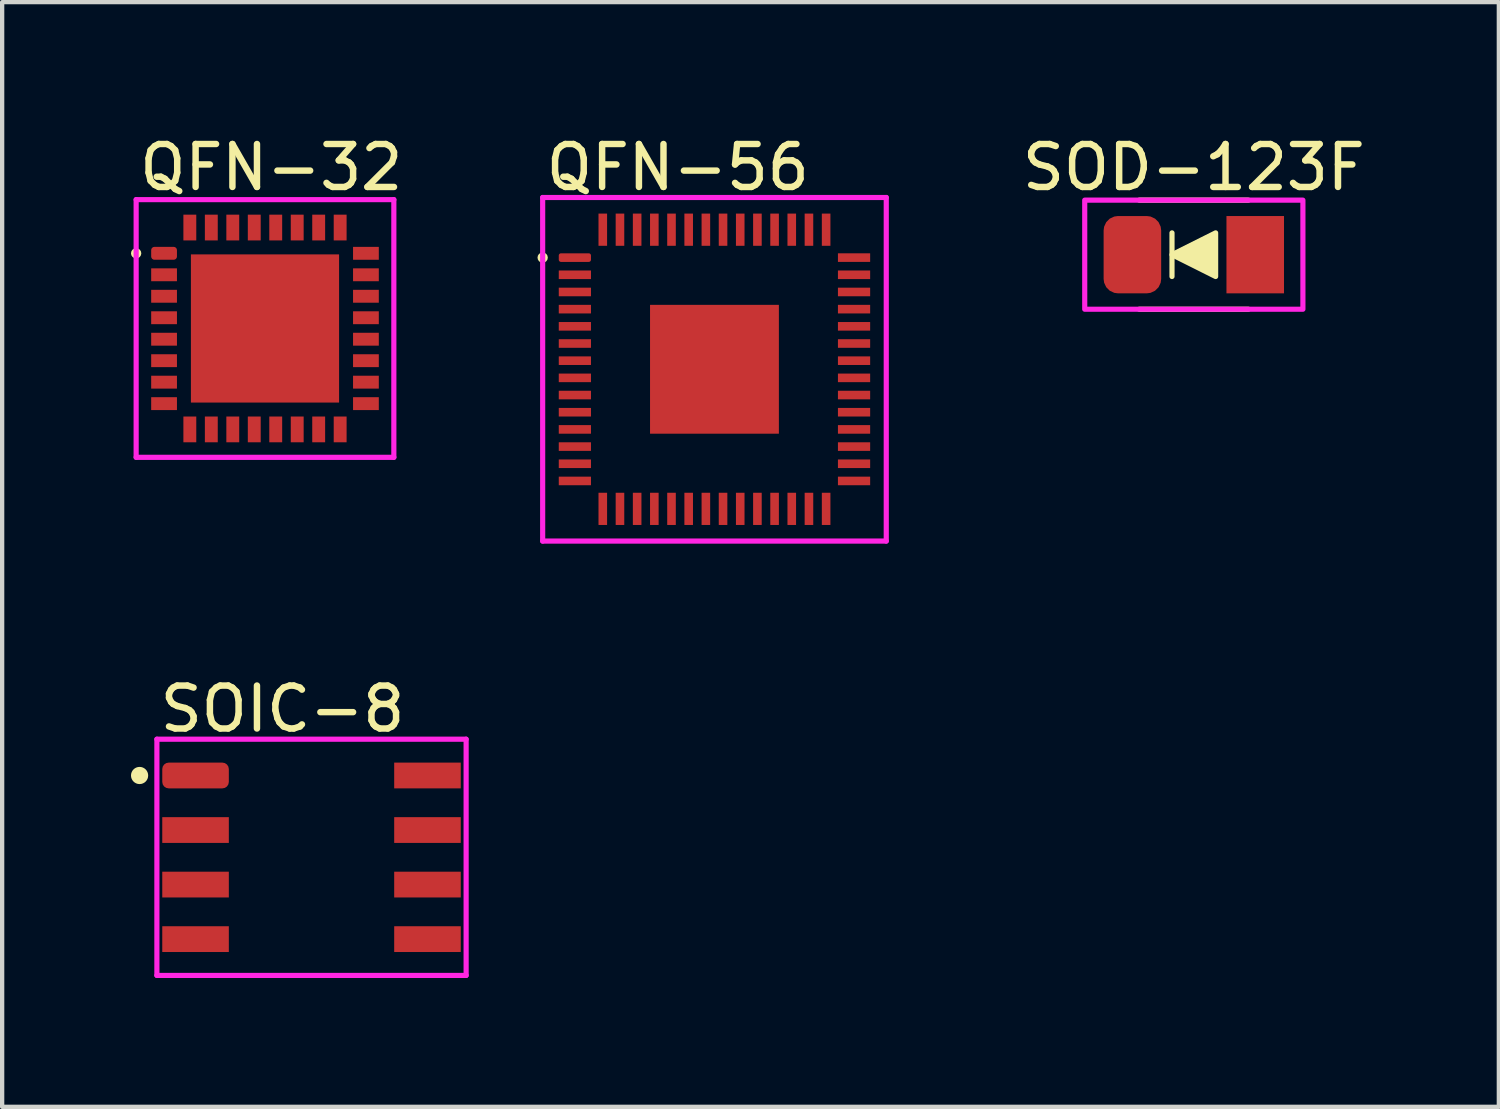
<source format=kicad_pcb>
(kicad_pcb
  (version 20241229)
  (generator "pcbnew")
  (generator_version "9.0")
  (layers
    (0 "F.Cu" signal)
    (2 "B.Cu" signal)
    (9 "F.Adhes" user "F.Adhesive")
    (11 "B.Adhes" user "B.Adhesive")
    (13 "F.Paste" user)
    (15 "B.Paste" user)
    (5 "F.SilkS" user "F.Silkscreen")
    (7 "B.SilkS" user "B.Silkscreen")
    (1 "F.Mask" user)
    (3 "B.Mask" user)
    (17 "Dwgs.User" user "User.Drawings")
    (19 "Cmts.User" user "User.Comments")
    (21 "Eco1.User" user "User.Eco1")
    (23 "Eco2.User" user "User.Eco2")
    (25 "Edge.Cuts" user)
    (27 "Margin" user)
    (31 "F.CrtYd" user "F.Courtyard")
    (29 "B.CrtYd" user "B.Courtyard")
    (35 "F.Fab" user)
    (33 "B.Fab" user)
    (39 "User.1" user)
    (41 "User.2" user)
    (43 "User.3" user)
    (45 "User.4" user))
  (footprint "SOD-123F"
    (layer "F.Cu")
    (at 24.746 2.88)
    (property "Reference" "SOD-123F" (at 0 -2.032 0) (unlocked yes) (layer "F.SilkS") (effects (font (size 1 1) (thickness 0.15))))
    (attr smd)
    (fp_line (start -0.508 -0.508) (end -0.508 0.508) (stroke (width 0.12) (type solid)) (layer "F.SilkS"))
    (fp_line (start 1.27 -1.27) (end -1.27 -1.27) (stroke (width 0.12) (type solid)) (layer "F.SilkS"))
    (fp_line (start 1.27 1.27) (end -1.27 1.27) (stroke (width 0.12) (type solid)) (layer "F.SilkS"))
    (fp_poly (pts (xy 0.508 0.508) (xy -0.508 0) (xy 0.508 -0.508)) (stroke (width 0.12) (type solid)) (fill yes) (layer "F.SilkS"))
    (fp_rect (start -2.54 -1.27) (end 2.54 1.27) (stroke (width 0.12) (type solid)) (fill no) (layer "F.CrtYd"))
    (pad "A" smd rect (at 1.43 0) (size 1.34 1.8) (layers "F.Cu" "F.Mask" "F.Paste"))
    (pad "C" smd roundrect (at -1.43 0) (size 1.34 1.8) (layers "F.Cu" "F.Mask" "F.Paste") (roundrect_rratio 0.25)))
  (footprint "QFN-56"
    (layer "F.Cu")
    (at 13.585 5.548)
    (property "Reference" "QFN-56" (at -4 -4.7 0) (layer "F.SilkS") (effects (font (size 1 1) (thickness 0.15)) (justify left)))
    (attr smd)
    (fp_circle (center -4 -2.6) (end -3.94 -2.6) (stroke (width 0.12) (type solid)) (fill no) (layer "F.SilkS"))
    (fp_line (start -4 -4) (end 4 -4) (stroke (width 0.12) (type solid)) (layer "F.CrtYd"))
    (fp_line (start -4 4) (end -4 -4) (stroke (width 0.12) (type solid)) (layer "F.CrtYd"))
    (fp_line (start 4 -4) (end 4 4) (stroke (width 0.12) (type solid)) (layer "F.CrtYd"))
    (fp_line (start 4 4) (end -4 4) (stroke (width 0.12) (type solid)) (layer "F.CrtYd"))
    (pad "1" smd roundrect (at -3.5 -2.6) (size 0.75 0.2) (drill (offset 0.25 0)) (layers "F.Cu" "F.Mask" "F.Paste") (roundrect_rratio 0.25))
    (pad "2" smd rect (at -3.5 -2.2) (size 0.75 0.2) (drill (offset 0.25 0)) (layers "F.Cu" "F.Mask" "F.Paste"))
    (pad "3" smd rect (at -3.5 -1.8) (size 0.75 0.2) (drill (offset 0.25 0)) (layers "F.Cu" "F.Mask" "F.Paste"))
    (pad "4" smd rect (at -3.5 -1.4) (size 0.75 0.2) (drill (offset 0.25 0)) (layers "F.Cu" "F.Mask" "F.Paste"))
    (pad "5" smd rect (at -3.5 -1) (size 0.75 0.2) (drill (offset 0.25 0)) (layers "F.Cu" "F.Mask" "F.Paste"))
    (pad "6" smd rect (at -3.5 -0.6) (size 0.75 0.2) (drill (offset 0.25 0)) (layers "F.Cu" "F.Mask" "F.Paste"))
    (pad "7" smd rect (at -3.5 -0.2) (size 0.75 0.2) (drill (offset 0.25 0)) (layers "F.Cu" "F.Mask" "F.Paste"))
    (pad "8" smd rect (at -3.5 0.2) (size 0.75 0.2) (drill (offset 0.25 0)) (layers "F.Cu" "F.Mask" "F.Paste"))
    (pad "9" smd rect (at -3.5 0.6) (size 0.75 0.2) (drill (offset 0.25 0)) (layers "F.Cu" "F.Mask" "F.Paste"))
    (pad "10" smd rect (at -3.5 1) (size 0.75 0.2) (drill (offset 0.25 0)) (layers "F.Cu" "F.Mask" "F.Paste"))
    (pad "11" smd rect (at -3.5 1.4) (size 0.75 0.2) (drill (offset 0.25 0)) (layers "F.Cu" "F.Mask" "F.Paste"))
    (pad "12" smd rect (at -3.5 1.8) (size 0.75 0.2) (drill (offset 0.25 0)) (layers "F.Cu" "F.Mask" "F.Paste"))
    (pad "13" smd rect (at -3.5 2.2) (size 0.75 0.2) (drill (offset 0.25 0)) (layers "F.Cu" "F.Mask" "F.Paste"))
    (pad "14" smd rect (at -3.5 2.6) (size 0.75 0.2) (drill (offset 0.25 0)) (layers "F.Cu" "F.Mask" "F.Paste"))
    (pad "15" smd rect (at -2.6 3.5 90) (size 0.75 0.2) (drill (offset 0.25 0)) (layers "F.Cu" "F.Mask" "F.Paste"))
    (pad "16" smd rect (at -2.2 3.5 90) (size 0.75 0.2) (drill (offset 0.25 0)) (layers "F.Cu" "F.Mask" "F.Paste"))
    (pad "17" smd rect (at -1.8 3.5 90) (size 0.75 0.2) (drill (offset 0.25 0)) (layers "F.Cu" "F.Mask" "F.Paste"))
    (pad "18" smd rect (at -1.4 3.5 90) (size 0.75 0.2) (drill (offset 0.25 0)) (layers "F.Cu" "F.Mask" "F.Paste"))
    (pad "19" smd rect (at -1 3.5 90) (size 0.75 0.2) (drill (offset 0.25 0)) (layers "F.Cu" "F.Mask" "F.Paste"))
    (pad "20" smd rect (at -0.6 3.5 90) (size 0.75 0.2) (drill (offset 0.25 0)) (layers "F.Cu" "F.Mask" "F.Paste"))
    (pad "21" smd rect (at -0.2 3.5 90) (size 0.75 0.2) (drill (offset 0.25 0)) (layers "F.Cu" "F.Mask" "F.Paste"))
    (pad "22" smd rect (at 0.2 3.5 90) (size 0.75 0.2) (drill (offset 0.25 0)) (layers "F.Cu" "F.Mask" "F.Paste"))
    (pad "23" smd rect (at 0.6 3.5 90) (size 0.75 0.2) (drill (offset 0.25 0)) (layers "F.Cu" "F.Mask" "F.Paste"))
    (pad "24" smd rect (at 1 3.5 90) (size 0.75 0.2) (drill (offset 0.25 0)) (layers "F.Cu" "F.Mask" "F.Paste"))
    (pad "25" smd rect (at 1.4 3.5 90) (size 0.75 0.2) (drill (offset 0.25 0)) (layers "F.Cu" "F.Mask" "F.Paste"))
    (pad "26" smd rect (at 1.8 3.5 90) (size 0.75 0.2) (drill (offset 0.25 0)) (layers "F.Cu" "F.Mask" "F.Paste"))
    (pad "27" smd rect (at 2.2 3.5 90) (size 0.75 0.2) (drill (offset 0.25 0)) (layers "F.Cu" "F.Mask" "F.Paste"))
    (pad "28" smd rect (at 2.6 3.5 90) (size 0.75 0.2) (drill (offset 0.25 0)) (layers "F.Cu" "F.Mask" "F.Paste"))
    (pad "29" smd rect (at 3.5 2.6 180) (size 0.75 0.2) (drill (offset 0.25 0)) (layers "F.Cu" "F.Mask" "F.Paste"))
    (pad "30" smd rect (at 3.5 2.2 180) (size 0.75 0.2) (drill (offset 0.25 0)) (layers "F.Cu" "F.Mask" "F.Paste"))
    (pad "31" smd rect (at 3.5 1.8 180) (size 0.75 0.2) (drill (offset 0.25 0)) (layers "F.Cu" "F.Mask" "F.Paste"))
    (pad "32" smd rect (at 3.5 1.4 180) (size 0.75 0.2) (drill (offset 0.25 0)) (layers "F.Cu" "F.Mask" "F.Paste"))
    (pad "33" smd rect (at 3.5 1 180) (size 0.75 0.2) (drill (offset 0.25 0)) (layers "F.Cu" "F.Mask" "F.Paste"))
    (pad "34" smd rect (at 3.5 0.6 180) (size 0.75 0.2) (drill (offset 0.25 0)) (layers "F.Cu" "F.Mask" "F.Paste"))
    (pad "35" smd rect (at 3.5 0.2 180) (size 0.75 0.2) (drill (offset 0.25 0)) (layers "F.Cu" "F.Mask" "F.Paste"))
    (pad "36" smd rect (at 3.5 -0.2 180) (size 0.75 0.2) (drill (offset 0.25 0)) (layers "F.Cu" "F.Mask" "F.Paste"))
    (pad "37" smd rect (at 3.5 -0.6 180) (size 0.75 0.2) (drill (offset 0.25 0)) (layers "F.Cu" "F.Mask" "F.Paste"))
    (pad "38" smd rect (at 3.5 -1 180) (size 0.75 0.2) (drill (offset 0.25 0)) (layers "F.Cu" "F.Mask" "F.Paste"))
    (pad "39" smd rect (at 3.5 -1.4 180) (size 0.75 0.2) (drill (offset 0.25 0)) (layers "F.Cu" "F.Mask" "F.Paste"))
    (pad "40" smd rect (at 3.5 -1.8 180) (size 0.75 0.2) (drill (offset 0.25 0)) (layers "F.Cu" "F.Mask" "F.Paste"))
    (pad "41" smd rect (at 3.5 -2.2 180) (size 0.75 0.2) (drill (offset 0.25 0)) (layers "F.Cu" "F.Mask" "F.Paste"))
    (pad "42" smd rect (at 3.5 -2.6 180) (size 0.75 0.2) (drill (offset 0.25 0)) (layers "F.Cu" "F.Mask" "F.Paste"))
    (pad "43" smd rect (at 2.6 -3.5 270) (size 0.75 0.2) (drill (offset 0.25 0)) (layers "F.Cu" "F.Mask" "F.Paste"))
    (pad "44" smd rect (at 2.2 -3.5 270) (size 0.75 0.2) (drill (offset 0.25 0)) (layers "F.Cu" "F.Mask" "F.Paste"))
    (pad "45" smd rect (at 1.8 -3.5 270) (size 0.75 0.2) (drill (offset 0.25 0)) (layers "F.Cu" "F.Mask" "F.Paste"))
    (pad "46" smd rect (at 1.4 -3.5 270) (size 0.75 0.2) (drill (offset 0.25 0)) (layers "F.Cu" "F.Mask" "F.Paste"))
    (pad "47" smd rect (at 1 -3.5 270) (size 0.75 0.2) (drill (offset 0.25 0)) (layers "F.Cu" "F.Mask" "F.Paste"))
    (pad "48" smd rect (at 0.6 -3.5 270) (size 0.75 0.2) (drill (offset 0.25 0)) (layers "F.Cu" "F.Mask" "F.Paste"))
    (pad "49" smd rect (at 0.2 -3.5 270) (size 0.75 0.2) (drill (offset 0.25 0)) (layers "F.Cu" "F.Mask" "F.Paste"))
    (pad "50" smd rect (at -0.2 -3.5 270) (size 0.75 0.2) (drill (offset 0.25 0)) (layers "F.Cu" "F.Mask" "F.Paste"))
    (pad "51" smd rect (at -0.6 -3.5 270) (size 0.75 0.2) (drill (offset 0.25 0)) (layers "F.Cu" "F.Mask" "F.Paste"))
    (pad "52" smd rect (at -1 -3.5 270) (size 0.75 0.2) (drill (offset 0.25 0)) (layers "F.Cu" "F.Mask" "F.Paste"))
    (pad "53" smd rect (at -1.4 -3.5 270) (size 0.75 0.2) (drill (offset 0.25 0)) (layers "F.Cu" "F.Mask" "F.Paste"))
    (pad "54" smd rect (at -1.8 -3.5 270) (size 0.75 0.2) (drill (offset 0.25 0)) (layers "F.Cu" "F.Mask" "F.Paste"))
    (pad "55" smd rect (at -2.2 -3.5 270) (size 0.75 0.2) (drill (offset 0.25 0)) (layers "F.Cu" "F.Mask" "F.Paste"))
    (pad "56" smd rect (at -2.6 -3.5 270) (size 0.75 0.2) (drill (offset 0.25 0)) (layers "F.Cu" "F.Mask" "F.Paste"))
    (pad "57" smd rect (at 0 0) (size 3 3) (layers "F.Cu" "F.Mask" "F.Paste")))
  (footprint "SOIC-8"
    (layer "F.Cu")
    (at 4.203 16.911)
    (property "Reference" "SOIC-8" (at -3.607 -3.454 0) (layer "F.SilkS") (effects (font (size 1 1) (thickness 0.15)) (justify left)))
    (attr through_hole)
    (fp_circle (center -4.003 -1.905) (end -3.903 -1.905) (stroke (width 0.2) (type solid)) (fill no) (layer "F.SilkS"))
    (fp_line (start -3.6 -2.75) (end 3.6 -2.75) (stroke (width 0.12) (type solid)) (layer "F.CrtYd"))
    (fp_line (start -3.6 2.75) (end -3.6 -2.75) (stroke (width 0.12) (type solid)) (layer "F.CrtYd"))
    (fp_line (start 3.6 -2.75) (end 3.6 2.75) (stroke (width 0.12) (type solid)) (layer "F.CrtYd"))
    (fp_line (start 3.6 2.75) (end -3.6 2.75) (stroke (width 0.12) (type solid)) (layer "F.CrtYd"))
    (pad "1" smd roundrect (at -2.7 -1.905) (size 1.55 0.6) (layers "F.Cu" "F.Mask" "F.Paste") (roundrect_rratio 0.25))
    (pad "2" smd rect (at -2.7 -0.635) (size 1.55 0.6) (layers "F.Cu" "F.Mask" "F.Paste"))
    (pad "3" smd rect (at -2.7 0.635) (size 1.55 0.6) (layers "F.Cu" "F.Mask" "F.Paste"))
    (pad "4" smd rect (at -2.7 1.905) (size 1.55 0.6) (layers "F.Cu" "F.Mask" "F.Paste"))
    (pad "5" smd rect (at 2.7 1.905) (size 1.55 0.6) (layers "F.Cu" "F.Mask" "F.Paste"))
    (pad "6" smd rect (at 2.7 0.635) (size 1.55 0.6) (layers "F.Cu" "F.Mask" "F.Paste"))
    (pad "7" smd rect (at 2.7 -0.635) (size 1.55 0.6) (layers "F.Cu" "F.Mask" "F.Paste"))
    (pad "8" smd rect (at 2.7 -1.905) (size 1.55 0.6) (layers "F.Cu" "F.Mask" "F.Paste")))
  (footprint "QFN-32"
    (layer "F.Cu")
    (at 3.12 4.598)
    (property "Reference" "QFN-32" (at -3 -3.75 0) (layer "F.SilkS") (effects (font (size 1 1) (thickness 0.15)) (justify left)))
    (attr smd)
    (fp_circle (center -3 -1.75) (end -2.94 -1.75) (stroke (width 0.12) (type solid)) (fill no) (layer "F.SilkS"))
    (fp_line (start -3 -3) (end 3 -3) (stroke (width 0.12) (type solid)) (layer "F.CrtYd"))
    (fp_line (start -3 3) (end -3 -3) (stroke (width 0.12) (type solid)) (layer "F.CrtYd"))
    (fp_line (start 3 -3) (end 3 3) (stroke (width 0.12) (type solid)) (layer "F.CrtYd"))
    (fp_line (start 3 3) (end -3 3) (stroke (width 0.12) (type solid)) (layer "F.CrtYd"))
    (pad "1" smd roundrect (at -2.35 -1.75) (size 0.6 0.3) (layers "F.Cu" "F.Mask" "F.Paste") (roundrect_rratio 0.25))
    (pad "2" smd rect (at -2.35 -1.25) (size 0.6 0.3) (layers "F.Cu" "F.Mask" "F.Paste"))
    (pad "3" smd rect (at -2.35 -0.75) (size 0.6 0.3) (layers "F.Cu" "F.Mask" "F.Paste"))
    (pad "4" smd rect (at -2.35 -0.25) (size 0.6 0.3) (layers "F.Cu" "F.Mask" "F.Paste"))
    (pad "5" smd rect (at -2.35 0.25) (size 0.6 0.3) (layers "F.Cu" "F.Mask" "F.Paste"))
    (pad "6" smd rect (at -2.35 0.75) (size 0.6 0.3) (layers "F.Cu" "F.Mask" "F.Paste"))
    (pad "7" smd rect (at -2.35 1.25) (size 0.6 0.3) (layers "F.Cu" "F.Mask" "F.Paste"))
    (pad "8" smd rect (at -2.35 1.75) (size 0.6 0.3) (layers "F.Cu" "F.Mask" "F.Paste"))
    (pad "9" smd rect (at -1.75 2.35 90) (size 0.6 0.3) (layers "F.Cu" "F.Mask" "F.Paste"))
    (pad "10" smd rect (at -1.25 2.35 90) (size 0.6 0.3) (layers "F.Cu" "F.Mask" "F.Paste"))
    (pad "11" smd rect (at -0.75 2.35 90) (size 0.6 0.3) (layers "F.Cu" "F.Mask" "F.Paste"))
    (pad "12" smd rect (at -0.25 2.35 90) (size 0.6 0.3) (layers "F.Cu" "F.Mask" "F.Paste"))
    (pad "13" smd rect (at 0.25 2.35 90) (size 0.6 0.3) (layers "F.Cu" "F.Mask" "F.Paste"))
    (pad "14" smd rect (at 0.75 2.35 90) (size 0.6 0.3) (layers "F.Cu" "F.Mask" "F.Paste"))
    (pad "15" smd rect (at 1.25 2.35 90) (size 0.6 0.3) (layers "F.Cu" "F.Mask" "F.Paste"))
    (pad "16" smd rect (at 1.75 2.35 90) (size 0.6 0.3) (layers "F.Cu" "F.Mask" "F.Paste"))
    (pad "17" smd rect (at 2.35 1.75 180) (size 0.6 0.3) (layers "F.Cu" "F.Mask" "F.Paste"))
    (pad "18" smd rect (at 2.35 1.25 180) (size 0.6 0.3) (layers "F.Cu" "F.Mask" "F.Paste"))
    (pad "19" smd rect (at 2.35 0.75 180) (size 0.6 0.3) (layers "F.Cu" "F.Mask" "F.Paste"))
    (pad "20" smd rect (at 2.35 0.25 180) (size 0.6 0.3) (layers "F.Cu" "F.Mask" "F.Paste"))
    (pad "21" smd rect (at 2.35 -0.25 180) (size 0.6 0.3) (layers "F.Cu" "F.Mask" "F.Paste"))
    (pad "22" smd rect (at 2.35 -0.75 180) (size 0.6 0.3) (layers "F.Cu" "F.Mask" "F.Paste"))
    (pad "23" smd rect (at 2.35 -1.25 180) (size 0.6 0.3) (layers "F.Cu" "F.Mask" "F.Paste"))
    (pad "24" smd rect (at 2.35 -1.75 180) (size 0.6 0.3) (layers "F.Cu" "F.Mask" "F.Paste"))
    (pad "25" smd rect (at 1.75 -2.35 270) (size 0.6 0.3) (layers "F.Cu" "F.Mask" "F.Paste"))
    (pad "26" smd rect (at 1.25 -2.35 270) (size 0.6 0.3) (layers "F.Cu" "F.Mask" "F.Paste"))
    (pad "27" smd rect (at 0.75 -2.35 270) (size 0.6 0.3) (layers "F.Cu" "F.Mask" "F.Paste"))
    (pad "28" smd rect (at 0.25 -2.35 270) (size 0.6 0.3) (layers "F.Cu" "F.Mask" "F.Paste"))
    (pad "29" smd rect (at -0.25 -2.35 270) (size 0.6 0.3) (layers "F.Cu" "F.Mask" "F.Paste"))
    (pad "30" smd rect (at -0.75 -2.35 270) (size 0.6 0.3) (layers "F.Cu" "F.Mask" "F.Paste"))
    (pad "31" smd rect (at -1.25 -2.35 270) (size 0.6 0.3) (layers "F.Cu" "F.Mask" "F.Paste"))
    (pad "32" smd rect (at -1.75 -2.35 270) (size 0.6 0.3) (layers "F.Cu" "F.Mask" "F.Paste"))
    (pad "33" smd rect (at 0 0 270) (size 3.45 3.45) (layers "F.Cu" "F.Mask" "F.Paste")))
  (gr_rect
    (start -3 -3)
    (end 31.848 22.721)
    (stroke (width 0.1) (type default))
    (fill no)
    (layer "Edge.Cuts")))
</source>
